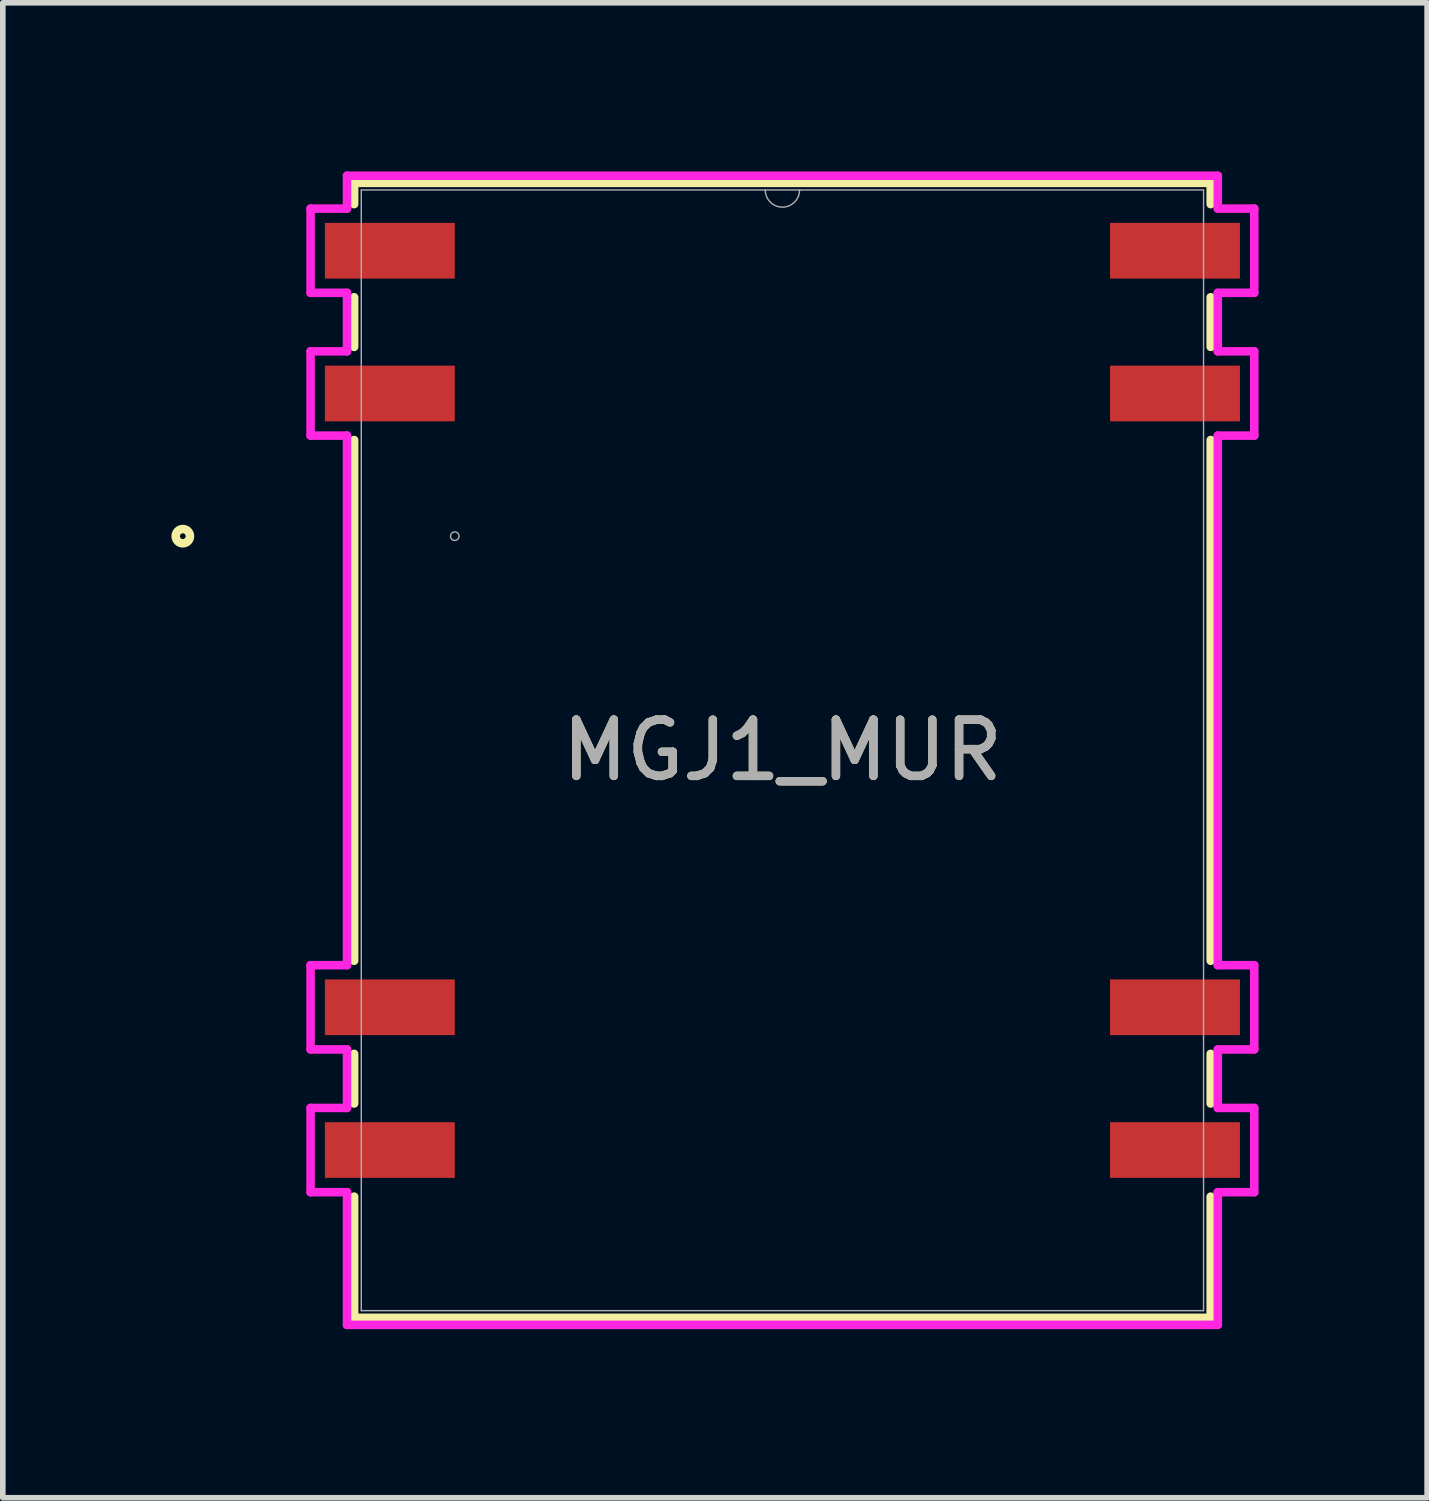
<source format=kicad_pcb>
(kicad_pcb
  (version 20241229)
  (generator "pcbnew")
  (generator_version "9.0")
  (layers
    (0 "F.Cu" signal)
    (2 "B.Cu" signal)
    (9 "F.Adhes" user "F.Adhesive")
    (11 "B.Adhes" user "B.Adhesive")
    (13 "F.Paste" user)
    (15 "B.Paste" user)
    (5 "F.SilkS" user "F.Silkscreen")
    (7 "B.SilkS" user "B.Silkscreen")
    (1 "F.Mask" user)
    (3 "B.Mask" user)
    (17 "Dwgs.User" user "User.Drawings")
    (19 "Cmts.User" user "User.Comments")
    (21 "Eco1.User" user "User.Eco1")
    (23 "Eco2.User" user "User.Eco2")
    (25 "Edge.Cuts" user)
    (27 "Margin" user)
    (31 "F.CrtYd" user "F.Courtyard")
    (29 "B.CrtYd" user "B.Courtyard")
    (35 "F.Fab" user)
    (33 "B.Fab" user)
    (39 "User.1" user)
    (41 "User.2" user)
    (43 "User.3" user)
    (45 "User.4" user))
  (footprint "MGJ1_MUR"
    (layer "F.Cu")
    (at 10.871 10.3)
    (property "Reference" "MGJ1_MUR" (at 0 0 0) (unlocked yes) (layer "F.SilkS") (effects (font (size 1 1) (thickness 0.15))))
    (attr smd)
    (fp_line (start -7.62 -10.097) (end 7.62 -10.097) (stroke (width 0.152) (type solid)) (layer "F.SilkS"))
    (fp_line (start -7.62 -9.718) (end -7.62 -10.097) (stroke (width 0.152) (type solid)) (layer "F.SilkS"))
    (fp_line (start -7.62 -7.178) (end -7.62 -8.061) (stroke (width 0.152) (type solid)) (layer "F.SilkS"))
    (fp_line (start -7.62 3.744) (end -7.62 -5.521) (stroke (width 0.152) (type solid)) (layer "F.SilkS"))
    (fp_line (start -7.62 6.284) (end -7.62 5.401) (stroke (width 0.152) (type solid)) (layer "F.SilkS"))
    (fp_line (start -7.62 10.097) (end -7.62 7.941) (stroke (width 0.152) (type solid)) (layer "F.SilkS"))
    (fp_line (start 7.62 -10.097) (end 7.62 -9.718) (stroke (width 0.152) (type solid)) (layer "F.SilkS"))
    (fp_line (start 7.62 -8.061) (end 7.62 -7.178) (stroke (width 0.152) (type solid)) (layer "F.SilkS"))
    (fp_line (start 7.62 -5.521) (end 7.62 3.744) (stroke (width 0.152) (type solid)) (layer "F.SilkS"))
    (fp_line (start 7.62 5.401) (end 7.62 6.284) (stroke (width 0.152) (type solid)) (layer "F.SilkS"))
    (fp_line (start 7.62 7.941) (end 7.62 10.097) (stroke (width 0.152) (type solid)) (layer "F.SilkS"))
    (fp_line (start 7.62 10.097) (end -7.62 10.097) (stroke (width 0.152) (type solid)) (layer "F.SilkS"))
    (fp_circle (center -10.668 -3.81) (end -10.541 -3.81) (stroke (width 0.152) (type solid)) (fill no) (layer "F.SilkS"))
    (fp_line (start -8.395 -9.639) (end -8.395 -8.14) (stroke (width 0.152) (type solid)) (layer "F.CrtYd"))
    (fp_line (start -8.395 -8.14) (end -7.747 -8.14) (stroke (width 0.152) (type solid)) (layer "F.CrtYd"))
    (fp_line (start -8.395 -7.099) (end -8.395 -5.6) (stroke (width 0.152) (type solid)) (layer "F.CrtYd"))
    (fp_line (start -8.395 -5.6) (end -7.747 -5.6) (stroke (width 0.152) (type solid)) (layer "F.CrtYd"))
    (fp_line (start -8.395 3.823) (end -8.395 5.322) (stroke (width 0.152) (type solid)) (layer "F.CrtYd"))
    (fp_line (start -8.395 5.322) (end -7.747 5.322) (stroke (width 0.152) (type solid)) (layer "F.CrtYd"))
    (fp_line (start -8.395 6.363) (end -8.395 7.862) (stroke (width 0.152) (type solid)) (layer "F.CrtYd"))
    (fp_line (start -8.395 7.862) (end -7.747 7.862) (stroke (width 0.152) (type solid)) (layer "F.CrtYd"))
    (fp_line (start -7.747 -10.223) (end -7.747 -9.639) (stroke (width 0.152) (type solid)) (layer "F.CrtYd"))
    (fp_line (start -7.747 -9.639) (end -8.395 -9.639) (stroke (width 0.152) (type solid)) (layer "F.CrtYd"))
    (fp_line (start -7.747 -8.14) (end -7.747 -7.099) (stroke (width 0.152) (type solid)) (layer "F.CrtYd"))
    (fp_line (start -7.747 -7.099) (end -8.395 -7.099) (stroke (width 0.152) (type solid)) (layer "F.CrtYd"))
    (fp_line (start -7.747 -5.6) (end -7.747 3.823) (stroke (width 0.152) (type solid)) (layer "F.CrtYd"))
    (fp_line (start -7.747 3.823) (end -8.395 3.823) (stroke (width 0.152) (type solid)) (layer "F.CrtYd"))
    (fp_line (start -7.747 5.322) (end -7.747 6.363) (stroke (width 0.152) (type solid)) (layer "F.CrtYd"))
    (fp_line (start -7.747 6.363) (end -8.395 6.363) (stroke (width 0.152) (type solid)) (layer "F.CrtYd"))
    (fp_line (start -7.747 7.862) (end -7.747 10.223) (stroke (width 0.152) (type solid)) (layer "F.CrtYd"))
    (fp_line (start -7.747 10.223) (end 7.747 10.223) (stroke (width 0.152) (type solid)) (layer "F.CrtYd"))
    (fp_line (start 7.747 -10.223) (end -7.747 -10.223) (stroke (width 0.152) (type solid)) (layer "F.CrtYd"))
    (fp_line (start 7.747 -9.639) (end 7.747 -10.223) (stroke (width 0.152) (type solid)) (layer "F.CrtYd"))
    (fp_line (start 7.747 -8.14) (end 8.395 -8.14) (stroke (width 0.152) (type solid)) (layer "F.CrtYd"))
    (fp_line (start 7.747 -7.099) (end 7.747 -8.14) (stroke (width 0.152) (type solid)) (layer "F.CrtYd"))
    (fp_line (start 7.747 -5.6) (end 8.395 -5.6) (stroke (width 0.152) (type solid)) (layer "F.CrtYd"))
    (fp_line (start 7.747 3.823) (end 7.747 -5.6) (stroke (width 0.152) (type solid)) (layer "F.CrtYd"))
    (fp_line (start 7.747 5.322) (end 8.395 5.322) (stroke (width 0.152) (type solid)) (layer "F.CrtYd"))
    (fp_line (start 7.747 6.363) (end 7.747 5.322) (stroke (width 0.152) (type solid)) (layer "F.CrtYd"))
    (fp_line (start 7.747 7.862) (end 8.395 7.862) (stroke (width 0.152) (type solid)) (layer "F.CrtYd"))
    (fp_line (start 7.747 10.223) (end 7.747 7.862) (stroke (width 0.152) (type solid)) (layer "F.CrtYd"))
    (fp_line (start 8.395 -9.639) (end 7.747 -9.639) (stroke (width 0.152) (type solid)) (layer "F.CrtYd"))
    (fp_line (start 8.395 -8.14) (end 8.395 -9.639) (stroke (width 0.152) (type solid)) (layer "F.CrtYd"))
    (fp_line (start 8.395 -7.099) (end 7.747 -7.099) (stroke (width 0.152) (type solid)) (layer "F.CrtYd"))
    (fp_line (start 8.395 -5.6) (end 8.395 -7.099) (stroke (width 0.152) (type solid)) (layer "F.CrtYd"))
    (fp_line (start 8.395 3.823) (end 7.747 3.823) (stroke (width 0.152) (type solid)) (layer "F.CrtYd"))
    (fp_line (start 8.395 5.322) (end 8.395 3.823) (stroke (width 0.152) (type solid)) (layer "F.CrtYd"))
    (fp_line (start 8.395 6.363) (end 7.747 6.363) (stroke (width 0.152) (type solid)) (layer "F.CrtYd"))
    (fp_line (start 8.395 7.862) (end 8.395 6.363) (stroke (width 0.152) (type solid)) (layer "F.CrtYd"))
    (fp_line (start -7.493 -9.97) (end -7.493 9.97) (stroke (width 0.025) (type solid)) (layer "F.Fab"))
    (fp_line (start -7.493 9.97) (end 7.493 9.97) (stroke (width 0.025) (type solid)) (layer "F.Fab"))
    (fp_line (start 7.493 -9.97) (end -7.493 -9.97) (stroke (width 0.025) (type solid)) (layer "F.Fab"))
    (fp_line (start 7.493 9.97) (end 7.493 -9.97) (stroke (width 0.025) (type solid)) (layer "F.Fab"))
    (fp_arc (start 0.3048 -9.9695) (mid 0 -9.6647) (end -0.3048 -9.9695) (stroke (width 0.0254) (type solid)) (layer "F.Fab"))
    (fp_circle (center -5.829 -3.81) (end -5.753 -3.81) (stroke (width 0.025) (type solid)) (fill no) (layer "F.Fab"))
    (fp_text user "${REFERENCE}" (at 0 0 0) (unlocked yes) (layer "F.Fab") (effects (font (size 1 1) (thickness 0.15))))
    (pad "1" smd rect (at -6.985 -8.889) (size 2.311 0.991) (layers "F.Cu" "F.Mask" "F.Paste"))
    (pad "2" smd rect (at -6.985 -6.349) (size 2.311 0.991) (layers "F.Cu" "F.Mask" "F.Paste"))
    (pad "3" smd rect (at -6.985 4.572) (size 2.311 0.991) (layers "F.Cu" "F.Mask" "F.Paste"))
    (pad "4" smd rect (at -6.985 7.112) (size 2.311 0.991) (layers "F.Cu" "F.Mask" "F.Paste"))
    (pad "5" smd rect (at 6.985 7.112) (size 2.311 0.991) (layers "F.Cu" "F.Mask" "F.Paste"))
    (pad "6" smd rect (at 6.985 4.572) (size 2.311 0.991) (layers "F.Cu" "F.Mask" "F.Paste"))
    (pad "7" smd rect (at 6.985 -6.349) (size 2.311 0.991) (layers "F.Cu" "F.Mask" "F.Paste"))
    (pad "8" smd rect (at 6.985 -8.889) (size 2.311 0.991) (layers "F.Cu" "F.Mask" "F.Paste")))
  (gr_rect
    (start -3 -3)
    (end 22.342 23.599)
    (stroke (width 0.1) (type default))
    (fill no)
    (layer "Edge.Cuts")))
</source>
